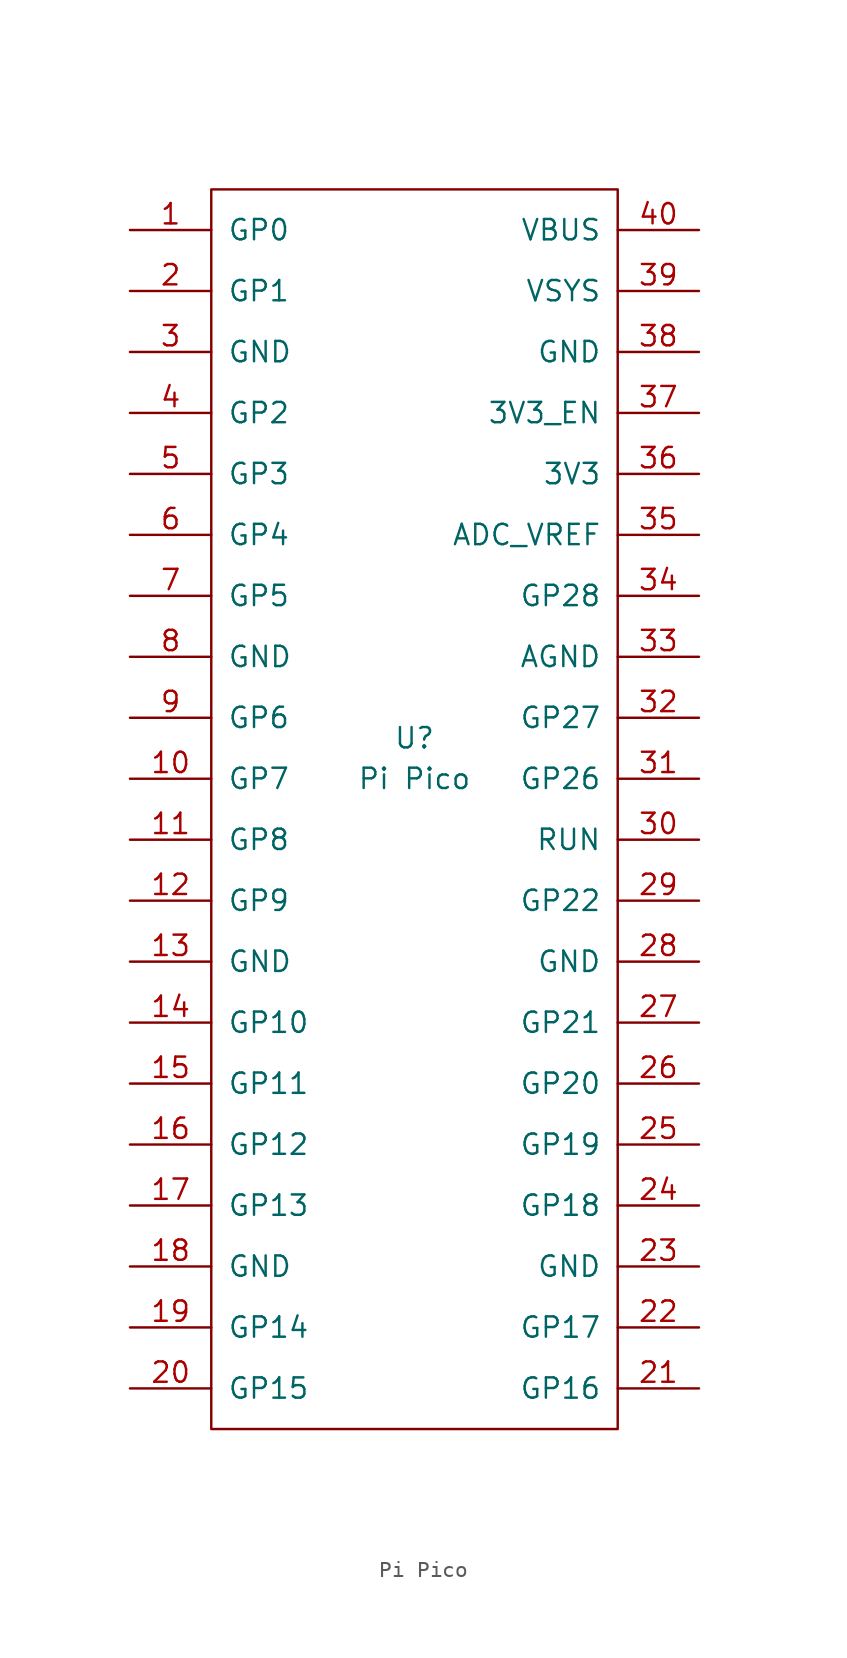
<source format=kicad_sym>
(kicad_symbol_lib
  (version 20231120)
  (generator "kicad_symbol_editor")
  (generator_version "8.0")
  (symbol "Pi Pico"
    (pin_names
      (offset 1))
    (property "Reference" "U"
      (at 0 3.81 0)
      (do_not_autoplace)
      (effects (font (size 1.27 1.27))))
    (property "Value" "Pi Pico"
      (at 0 1.27 0)
      (do_not_autoplace)
      (effects (font (size 1.27 1.27))))
    (symbol "Pi Pico_0_0"
      (text "" (at 6.35 -27.94 0) (effects (font (size 1.27 1.27))))
      (text "" (at 7.62 11.43 0) (effects (font (size 1.27 1.27))))
      (text "" (at 12.7 -25.4 0) (effects (font (size 1.27 1.27))))
      (text "" (at 15.24 3.81 0) (effects (font (size 1.27 1.27))))
      (text "" (at 17.78 -34.29 0) (effects (font (size 1.27 1.27))))
      (text "" (at 17.78 -26.67 0) (effects (font (size 1.27 1.27))))
      (text "" (at 17.78 3.81 0) (effects (font (size 1.27 1.27))))
      (text "" (at 19.05 -36.83 0) (effects (font (size 1.27 1.27))))
      (text "" (at 19.05 -21.59 0) (effects (font (size 1.27 1.27))))
      (text "" (at 19.05 8.89 0) (effects (font (size 1.27 1.27)))))
    (symbol "Pi Pico_1_1"
      (rectangle (start -12.7 38.1) (end 12.7 -39.37) (stroke (width 0.152) (type default)) (fill (type none)))
      (pin input line (at -17.78 35.56 0) (length 5.08) (name "GP0" (effects (font (size 1.27 1.27)))) (number "1" (effects (font (size 1.27 1.27)))))
      (pin input line (at -17.78 1.27 0) (length 5.08) (name "GP7" (effects (font (size 1.27 1.27)))) (number "10" (effects (font (size 1.27 1.27)))))
      (pin input line (at -17.78 -2.54 0) (length 5.08) (name "GP8" (effects (font (size 1.27 1.27)))) (number "11" (effects (font (size 1.27 1.27)))))
      (pin input line (at -17.78 -6.35 0) (length 5.08) (name "GP9" (effects (font (size 1.27 1.27)))) (number "12" (effects (font (size 1.27 1.27)))))
      (pin input line (at -17.78 -10.16 0) (length 5.08) (name "GND" (effects (font (size 1.27 1.27)))) (number "13" (effects (font (size 1.27 1.27)))))
      (pin input line (at -17.78 -13.97 0) (length 5.08) (name "GP10" (effects (font (size 1.27 1.27)))) (number "14" (effects (font (size 1.27 1.27)))))
      (pin input line (at -17.78 -17.78 0) (length 5.08) (name "GP11" (effects (font (size 1.27 1.27)))) (number "15" (effects (font (size 1.27 1.27)))))
      (pin input line (at -17.78 -21.59 0) (length 5.08) (name "GP12" (effects (font (size 1.27 1.27)))) (number "16" (effects (font (size 1.27 1.27)))))
      (pin input line (at -17.78 -25.4 0) (length 5.08) (name "GP13" (effects (font (size 1.27 1.27)))) (number "17" (effects (font (size 1.27 1.27)))))
      (pin input line (at -17.78 -29.21 0) (length 5.08) (name "GND" (effects (font (size 1.27 1.27)))) (number "18" (effects (font (size 1.27 1.27)))))
      (pin input line (at -17.78 -33.02 0) (length 5.08) (name "GP14" (effects (font (size 1.27 1.27)))) (number "19" (effects (font (size 1.27 1.27)))))
      (pin input line (at -17.78 31.75 0) (length 5.08) (name "GP1" (effects (font (size 1.27 1.27)))) (number "2" (effects (font (size 1.27 1.27)))))
      (pin input line (at -17.78 -36.83 0) (length 5.08) (name "GP15" (effects (font (size 1.27 1.27)))) (number "20" (effects (font (size 1.27 1.27)))))
      (pin input line (at 17.78 -36.83 180) (length 5.08) (name "GP16" (effects (font (size 1.27 1.27)))) (number "21" (effects (font (size 1.27 1.27)))))
      (pin input line (at 17.78 -33.02 180) (length 5.08) (name "GP17" (effects (font (size 1.27 1.27)))) (number "22" (effects (font (size 1.27 1.27)))))
      (pin input line (at 17.78 -29.21 180) (length 5.08) (name "GND" (effects (font (size 1.27 1.27)))) (number "23" (effects (font (size 1.27 1.27)))))
      (pin input line (at 17.78 -25.4 180) (length 5.08) (name "GP18" (effects (font (size 1.27 1.27)))) (number "24" (effects (font (size 1.27 1.27)))))
      (pin input line (at 17.78 -21.59 180) (length 5.08) (name "GP19" (effects (font (size 1.27 1.27)))) (number "25" (effects (font (size 1.27 1.27)))))
      (pin input line (at 17.78 -17.78 180) (length 5.08) (name "GP20" (effects (font (size 1.27 1.27)))) (number "26" (effects (font (size 1.27 1.27)))))
      (pin input line (at 17.78 -13.97 180) (length 5.08) (name "GP21" (effects (font (size 1.27 1.27)))) (number "27" (effects (font (size 1.27 1.27)))))
      (pin input line (at 17.78 -10.16 180) (length 5.08) (name "GND" (effects (font (size 1.27 1.27)))) (number "28" (effects (font (size 1.27 1.27)))))
      (pin input line (at 17.78 -6.35 180) (length 5.08) (name "GP22" (effects (font (size 1.27 1.27)))) (number "29" (effects (font (size 1.27 1.27)))))
      (pin input line (at -17.78 27.94 0) (length 5.08) (name "GND" (effects (font (size 1.27 1.27)))) (number "3" (effects (font (size 1.27 1.27)))))
      (pin input line (at 17.78 -2.54 180) (length 5.08) (name "RUN" (effects (font (size 1.27 1.27)))) (number "30" (effects (font (size 1.27 1.27)))))
      (pin input line (at 17.78 1.27 180) (length 5.08) (name "GP26" (effects (font (size 1.27 1.27)))) (number "31" (effects (font (size 1.27 1.27)))))
      (pin input line (at 17.78 5.08 180) (length 5.08) (name "GP27" (effects (font (size 1.27 1.27)))) (number "32" (effects (font (size 1.27 1.27)))))
      (pin input line (at 17.78 8.89 180) (length 5.08) (name "AGND" (effects (font (size 1.27 1.27)))) (number "33" (effects (font (size 1.27 1.27)))))
      (pin input line (at 17.78 12.7 180) (length 5.08) (name "GP28" (effects (font (size 1.27 1.27)))) (number "34" (effects (font (size 1.27 1.27)))))
      (pin input line (at 17.78 16.51 180) (length 5.08) (name "ADC_VREF" (effects (font (size 1.27 1.27)))) (number "35" (effects (font (size 1.27 1.27)))))
      (pin input line (at 17.78 20.32 180) (length 5.08) (name "3V3" (effects (font (size 1.27 1.27)))) (number "36" (effects (font (size 1.27 1.27)))))
      (pin input line (at 17.78 24.13 180) (length 5.08) (name "3V3_EN" (effects (font (size 1.27 1.27)))) (number "37" (effects (font (size 1.27 1.27)))))
      (pin input line (at 17.78 27.94 180) (length 5.08) (name "GND" (effects (font (size 1.27 1.27)))) (number "38" (effects (font (size 1.27 1.27)))))
      (pin input line (at 17.78 31.75 180) (length 5.08) (name "VSYS" (effects (font (size 1.27 1.27)))) (number "39" (effects (font (size 1.27 1.27)))))
      (pin input line (at -17.78 24.13 0) (length 5.08) (name "GP2" (effects (font (size 1.27 1.27)))) (number "4" (effects (font (size 1.27 1.27)))))
      (pin input line (at 17.78 35.56 180) (length 5.08) (name "VBUS" (effects (font (size 1.27 1.27)))) (number "40" (effects (font (size 1.27 1.27)))))
      (pin input line (at -17.78 20.32 0) (length 5.08) (name "GP3" (effects (font (size 1.27 1.27)))) (number "5" (effects (font (size 1.27 1.27)))))
      (pin input line (at -17.78 16.51 0) (length 5.08) (name "GP4" (effects (font (size 1.27 1.27)))) (number "6" (effects (font (size 1.27 1.27)))))
      (pin input line (at -17.78 12.7 0) (length 5.08) (name "GP5" (effects (font (size 1.27 1.27)))) (number "7" (effects (font (size 1.27 1.27)))))
      (pin input line (at -17.78 8.89 0) (length 5.08) (name "GND" (effects (font (size 1.27 1.27)))) (number "8" (effects (font (size 1.27 1.27)))))
      (pin input line (at -17.78 5.08 0) (length 5.08) (name "GP6" (effects (font (size 1.27 1.27)))) (number "9" (effects (font (size 1.27 1.27))))))))
</source>
